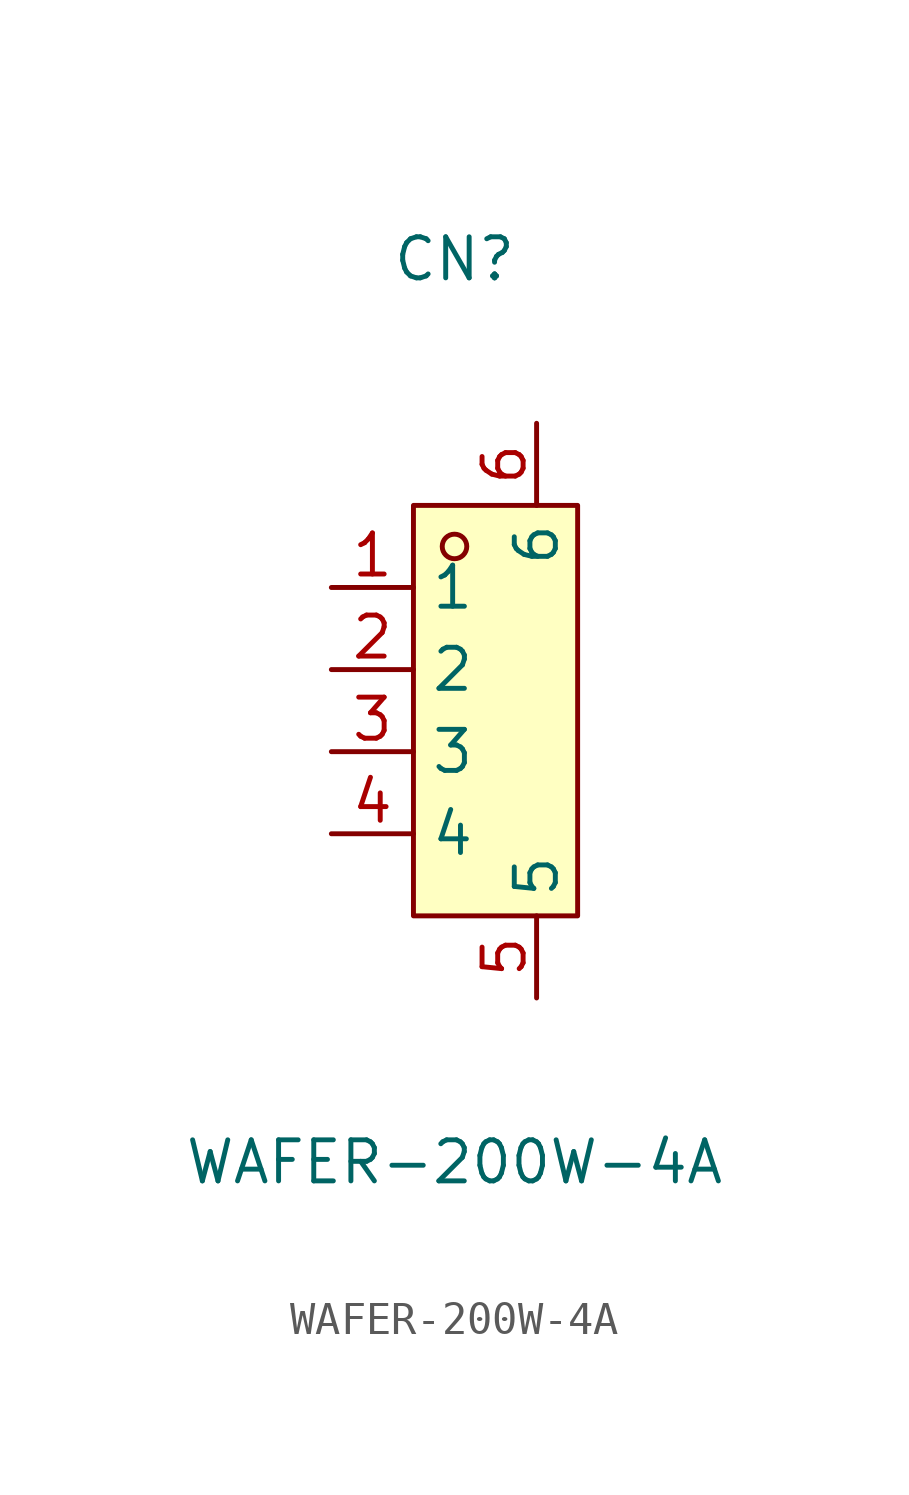
<source format=kicad_sym>
(kicad_symbol_lib
  (version 20211014)
  (generator https://github.com/uPesy/easyeda2kicad.py)
  (symbol "WAFER-200W-4A"
    (property "Reference" "CN"
      (at 0 13.97 0)
      (effects (font (size 1.27 1.27))))
    (property "Value" "WAFER-200W-4A"
      (at 0 -13.97 0)
      (effects (font (size 1.27 1.27))))
    (symbol "WAFER-200W-4A_0_1"
      (rectangle (start -1.27 6.35) (end 3.81 -6.35) (stroke (width 0) (type default) (color 0 0 0 0)) (fill (type background)))
      (circle (center 0.00 5.08) (radius 0.38) (stroke (width 0) (type default) (color 0 0 0 0)) (fill (type none)))
      (pin unspecified line (at -3.81 3.81 0) (length 2.54) (name "1" (effects (font (size 1.27 1.27)))) (number "1" (effects (font (size 1.27 1.27)))))
      (pin unspecified line (at -3.81 1.27 0) (length 2.54) (name "2" (effects (font (size 1.27 1.27)))) (number "2" (effects (font (size 1.27 1.27)))))
      (pin unspecified line (at -3.81 -1.27 0) (length 2.54) (name "3" (effects (font (size 1.27 1.27)))) (number "3" (effects (font (size 1.27 1.27)))))
      (pin unspecified line (at -3.81 -3.81 0) (length 2.54) (name "4" (effects (font (size 1.27 1.27)))) (number "4" (effects (font (size 1.27 1.27)))))
      (pin unspecified line (at 2.54 -8.89 90) (length 2.54) (name "5" (effects (font (size 1.27 1.27)))) (number "5" (effects (font (size 1.27 1.27)))))
      (pin unspecified line (at 2.54 8.89 270) (length 2.54) (name "6" (effects (font (size 1.27 1.27)))) (number "6" (effects (font (size 1.27 1.27))))))))
</source>
